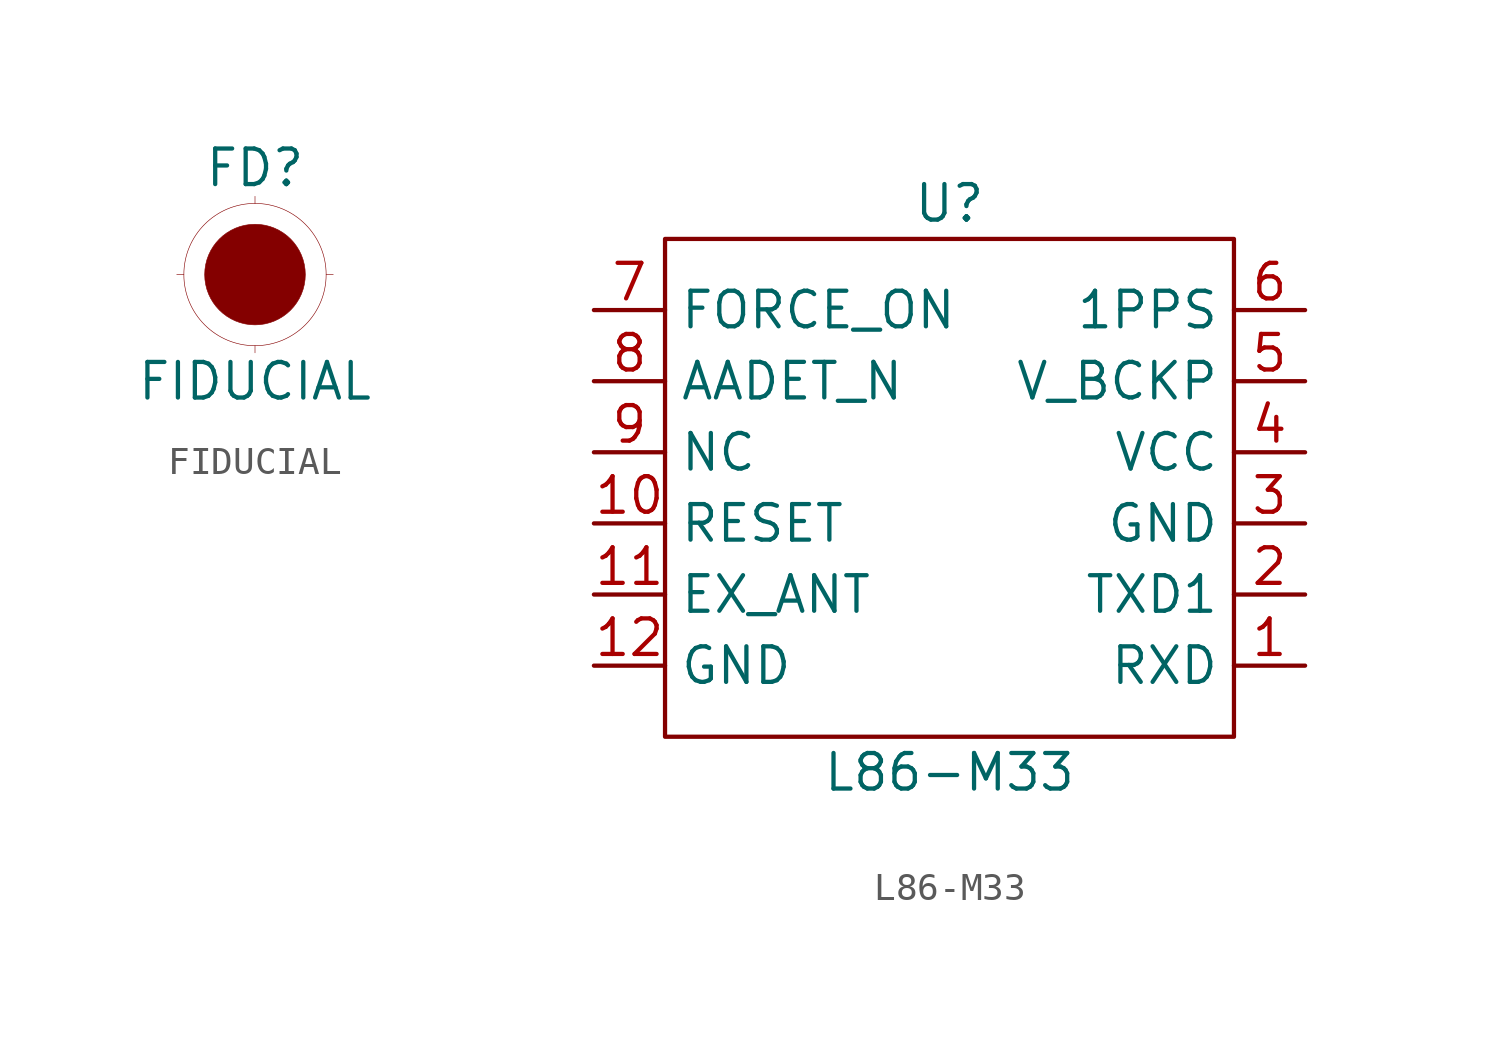
<source format=kicad_sym>
(kicad_symbol_lib
  (version 20231120)
  (generator "kicad_symbol_editor")
  (generator_version "8.0")
  (symbol "FIDUCIAL"
    (property "Reference" "FD"
      (at 0 3.81 0)
      (effects (font (size 1.27 1.27))))
    (property "Value" "FIDUCIAL"
      (at 0 -3.81 0)
      (effects (font (size 1.27 1.27))))
    (symbol "FIDUCIAL_0_1"
      (polyline (pts (xy -2.54 0) (xy -2.794 0)) (stroke (width 0.001) (type default)) (fill (type none)))
      (polyline (pts (xy 0 -2.54) (xy 0 -2.794)) (stroke (width 0.001) (type default)) (fill (type none)))
      (polyline (pts (xy 0 2.54) (xy 0 2.794)) (stroke (width 0.001) (type default)) (fill (type none)))
      (polyline (pts (xy 2.54 0) (xy 2.794 0)) (stroke (width 0.001) (type default)) (fill (type none)))
      (circle (center 0 0) (radius 1.796) (stroke (width 0.001) (type default)) (fill (type outline)))
      (circle (center 0 0) (radius 2.54) (stroke (width 0.001) (type default)) (fill (type none)))))
  (symbol "L86-M33"
    (property "Reference" "U"
      (at 0 10.16 0)
      (effects (font (size 1.27 1.27))))
    (property "Value" "L86-M33"
      (at 0 -10.16 0)
      (effects (font (size 1.27 1.27))))
    (symbol "L86-M33_0_1"
      (rectangle (start -10.16 8.89) (end 10.16 -8.89) (stroke (width 0.152) (type default)) (fill (type none))))
    (symbol "L86-M33_1_1"
      (pin input line (at 12.7 -6.35 180) (length 2.54) (name "RXD" (effects (font (size 1.27 1.27)))) (number "1" (effects (font (size 1.27 1.27)))))
      (pin input line (at -12.7 -1.27 0) (length 2.54) (name "RESET" (effects (font (size 1.27 1.27)))) (number "10" (effects (font (size 1.27 1.27)))))
      (pin input line (at -12.7 -3.81 0) (length 2.54) (name "EX_ANT" (effects (font (size 1.27 1.27)))) (number "11" (effects (font (size 1.27 1.27)))))
      (pin input line (at -12.7 -6.35 0) (length 2.54) (name "GND" (effects (font (size 1.27 1.27)))) (number "12" (effects (font (size 1.27 1.27)))))
      (pin input line (at 12.7 -3.81 180) (length 2.54) (name "TXD1" (effects (font (size 1.27 1.27)))) (number "2" (effects (font (size 1.27 1.27)))))
      (pin input line (at 12.7 -1.27 180) (length 2.54) (name "GND" (effects (font (size 1.27 1.27)))) (number "3" (effects (font (size 1.27 1.27)))))
      (pin input line (at 12.7 1.27 180) (length 2.54) (name "VCC" (effects (font (size 1.27 1.27)))) (number "4" (effects (font (size 1.27 1.27)))))
      (pin input line (at 12.7 3.81 180) (length 2.54) (name "V_BCKP" (effects (font (size 1.27 1.27)))) (number "5" (effects (font (size 1.27 1.27)))))
      (pin input line (at 12.7 6.35 180) (length 2.54) (name "1PPS" (effects (font (size 1.27 1.27)))) (number "6" (effects (font (size 1.27 1.27)))))
      (pin input line (at -12.7 6.35 0) (length 2.54) (name "FORCE_ON" (effects (font (size 1.27 1.27)))) (number "7" (effects (font (size 1.27 1.27)))))
      (pin input line (at -12.7 3.81 0) (length 2.54) (name "AADET_N" (effects (font (size 1.27 1.27)))) (number "8" (effects (font (size 1.27 1.27)))))
      (pin input line (at -12.7 1.27 0) (length 2.54) (name "NC" (effects (font (size 1.27 1.27)))) (number "9" (effects (font (size 1.27 1.27))))))))
</source>
